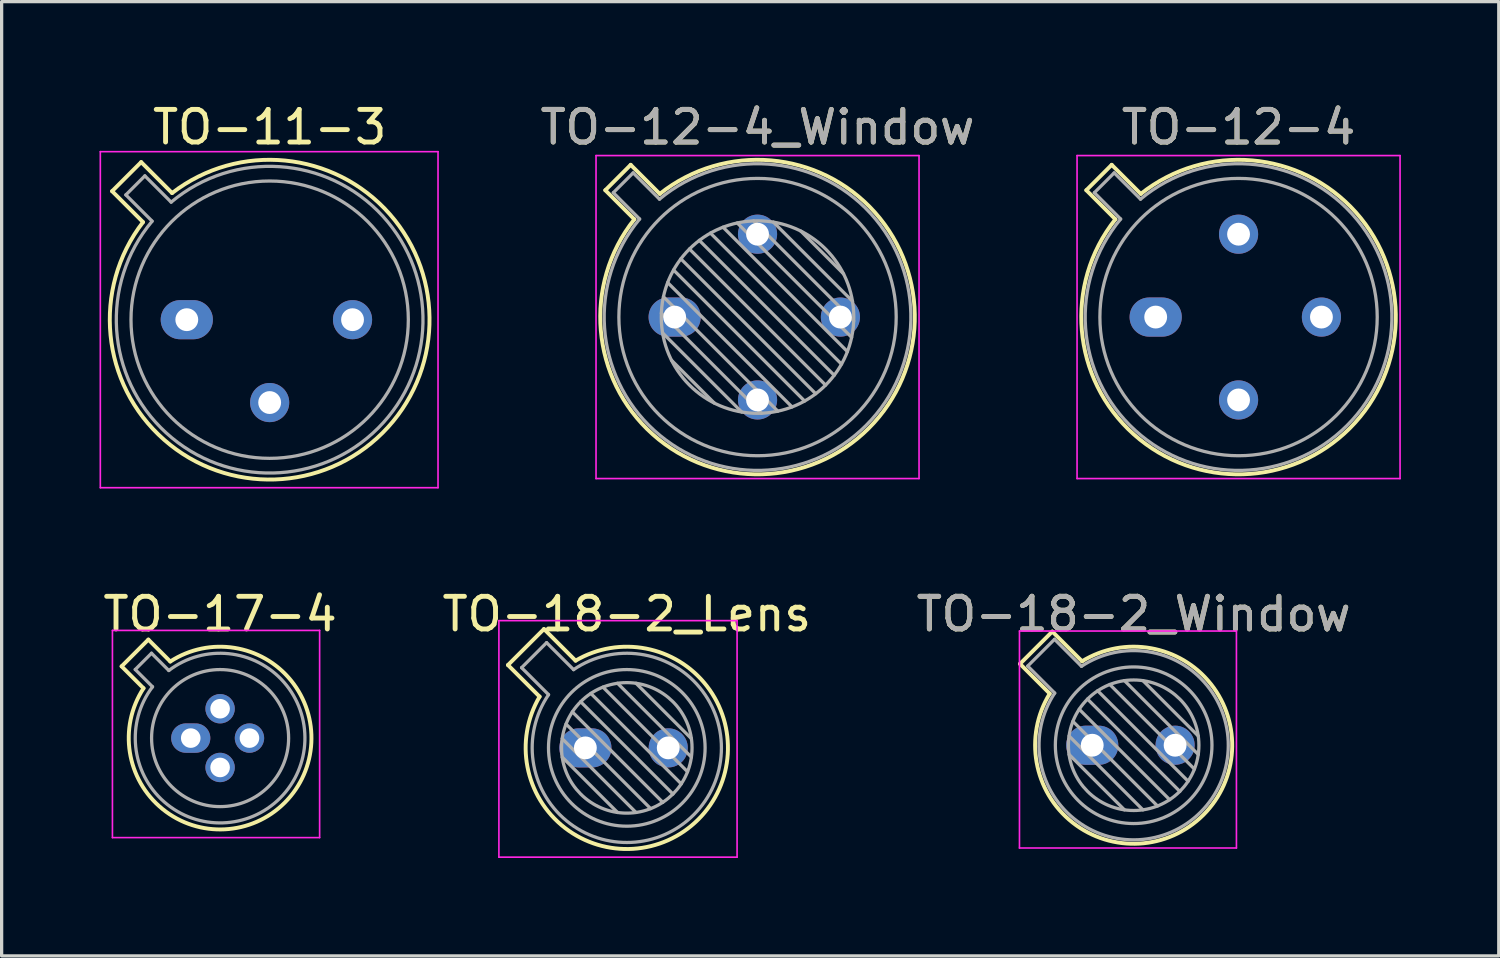
<source format=kicad_pcb>
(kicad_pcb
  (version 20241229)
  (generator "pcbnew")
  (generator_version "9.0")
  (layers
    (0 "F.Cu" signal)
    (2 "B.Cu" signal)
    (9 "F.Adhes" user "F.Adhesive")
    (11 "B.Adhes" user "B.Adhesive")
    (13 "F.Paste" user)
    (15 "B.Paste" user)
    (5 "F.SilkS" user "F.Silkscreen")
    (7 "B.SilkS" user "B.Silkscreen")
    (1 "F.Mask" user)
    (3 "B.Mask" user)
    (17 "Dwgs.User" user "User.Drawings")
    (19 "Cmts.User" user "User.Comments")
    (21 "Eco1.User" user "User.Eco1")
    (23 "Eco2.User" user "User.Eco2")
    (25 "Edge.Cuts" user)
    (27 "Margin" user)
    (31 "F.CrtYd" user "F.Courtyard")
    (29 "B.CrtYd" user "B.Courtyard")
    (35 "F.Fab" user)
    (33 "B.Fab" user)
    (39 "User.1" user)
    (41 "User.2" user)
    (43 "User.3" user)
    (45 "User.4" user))
  (footprint "TO-18-2_Window"
    (layer "F.Cu")
    (at 30.426 19.791)
    (property "Reference" "TO-18-2_Window" (at 1.27 -4.02 0) (layer "F.SilkS") (effects (font (size 1 1) (thickness 0.15))))
    (attr through_hole)
    (fp_line (start -2.214 -2.494) (end -1.302 -1.582) (stroke (width 0.12) (type solid)) (layer "F.SilkS"))
    (fp_line (start -1.224 -3.484) (end -2.214 -2.494) (stroke (width 0.12) (type solid)) (layer "F.SilkS"))
    (fp_line (start -0.312 -2.572) (end -1.224 -3.484) (stroke (width 0.12) (type solid)) (layer "F.SilkS"))
    (fp_arc (start -0.312331 -2.572281) (mid 3.405374 2.135551) (end -1.30215 -1.582544) (stroke (width 0.12) (type solid)) (layer "F.SilkS"))
    (fp_line (start -2.23 -3.5) (end -2.23 3.15) (stroke (width 0.05) (type solid)) (layer "F.CrtYd"))
    (fp_line (start -2.23 3.15) (end 4.42 3.15) (stroke (width 0.05) (type solid)) (layer "F.CrtYd"))
    (fp_line (start 4.42 -3.5) (end -2.23 -3.5) (stroke (width 0.05) (type solid)) (layer "F.CrtYd"))
    (fp_line (start 4.42 3.15) (end 4.42 -3.5) (stroke (width 0.05) (type solid)) (layer "F.CrtYd"))
    (fp_line (start -1.977 -2.426) (end -1.149 -1.599) (stroke (width 0.1) (type solid)) (layer "F.Fab"))
    (fp_line (start -1.156 -3.247) (end -1.977 -2.426) (stroke (width 0.1) (type solid)) (layer "F.Fab"))
    (fp_line (start -0.71 -0.283) (end 1.553 1.98) (stroke (width 0.1) (type solid)) (layer "F.Fab"))
    (fp_line (start -0.71 0.283) (end 0.987 1.98) (stroke (width 0.1) (type solid)) (layer "F.Fab"))
    (fp_line (start -0.592 -0.731) (end 2.001 1.862) (stroke (width 0.1) (type solid)) (layer "F.Fab"))
    (fp_line (start -0.399 -1.103) (end 2.373 1.669) (stroke (width 0.1) (type solid)) (layer "F.Fab"))
    (fp_line (start -0.329 -2.419) (end -1.156 -3.247) (stroke (width 0.1) (type solid)) (layer "F.Fab"))
    (fp_line (start -0.145 -1.415) (end 2.685 1.415) (stroke (width 0.1) (type solid)) (layer "F.Fab"))
    (fp_line (start 0.167 -1.669) (end 2.939 1.103) (stroke (width 0.1) (type solid)) (layer "F.Fab"))
    (fp_line (start 0.539 -1.862) (end 3.132 0.731) (stroke (width 0.1) (type solid)) (layer "F.Fab"))
    (fp_line (start 0.987 -1.98) (end 3.25 0.283) (stroke (width 0.1) (type solid)) (layer "F.Fab"))
    (fp_line (start 1.553 -1.98) (end 3.25 -0.283) (stroke (width 0.1) (type solid)) (layer "F.Fab"))
    (fp_arc (start -0.329057 -2.419301) (mid 3.321076 2.050143) (end -1.150029 -1.597956) (stroke (width 0.1) (type solid)) (layer "F.Fab"))
    (fp_circle (center 1.27 0) (end 3.27 0) (stroke (width 0.1) (type solid)) (fill no) (layer "F.Fab"))
    (fp_circle (center 1.27 0) (end 3.67 0) (stroke (width 0.1) (type solid)) (fill no) (layer "F.Fab"))
    (fp_text user "${REFERENCE}" (at 1.27 -4.02 0) (layer "F.Fab") (effects (font (size 1 1) (thickness 0.15))))
    (pad "1" thru_hole oval (at 0 0) (size 1.6 1.2) (drill 0.7) (layers "*.Cu" "*.Mask"))
    (pad "2" thru_hole oval (at 2.54 0) (size 1.2 1.2) (drill 0.7) (layers "*.Cu" "*.Mask")))
  (footprint "TO-11-3"
    (layer "F.Cu")
    (at 2.675 6.748)
    (property "Reference" "TO-11-3" (at 2.54 -5.9 0) (layer "F.SilkS") (effects (font (size 1 1) (thickness 0.15))))
    (attr through_hole)
    (fp_line (start -2.289 -3.938) (end -1.342 -2.991) (stroke (width 0.12) (type solid)) (layer "F.SilkS"))
    (fp_line (start -1.398 -4.829) (end -2.289 -3.938) (stroke (width 0.12) (type solid)) (layer "F.SilkS"))
    (fp_line (start -0.451 -3.882) (end -1.398 -4.829) (stroke (width 0.12) (type solid)) (layer "F.SilkS"))
    (fp_arc (start -0.450589 -3.881543) (mid 6.005607 3.46404) (end -1.342895 -2.988833) (stroke (width 0.12) (type solid)) (layer "F.SilkS"))
    (fp_line (start -2.65 -5.15) (end -2.65 5.15) (stroke (width 0.05) (type solid)) (layer "F.CrtYd"))
    (fp_line (start -2.65 5.15) (end 7.7 5.15) (stroke (width 0.05) (type solid)) (layer "F.CrtYd"))
    (fp_line (start 7.7 -5.15) (end -2.65 -5.15) (stroke (width 0.05) (type solid)) (layer "F.CrtYd"))
    (fp_line (start 7.7 5.15) (end 7.7 -5.15) (stroke (width 0.05) (type solid)) (layer "F.CrtYd"))
    (fp_line (start -1.868 -3.825) (end -1.062 -3.019) (stroke (width 0.1) (type solid)) (layer "F.Fab"))
    (fp_line (start -1.285 -4.408) (end -1.868 -3.825) (stroke (width 0.1) (type solid)) (layer "F.Fab"))
    (fp_line (start -0.479 -3.602) (end -1.285 -4.408) (stroke (width 0.1) (type solid)) (layer "F.Fab"))
    (fp_arc (start -0.478935 -3.602226) (mid 5.864303 3.322501) (end -1.063862 -3.016982) (stroke (width 0.1) (type solid)) (layer "F.Fab"))
    (fp_circle (center 2.54 0) (end 6.79 0) (stroke (width 0.1) (type solid)) (fill no) (layer "F.Fab"))
    (pad "1" thru_hole oval (at 0 0) (size 1.6 1.2) (drill 0.7) (layers "*.Cu" "*.Mask"))
    (pad "2" thru_hole oval (at 2.54 2.54) (size 1.2 1.2) (drill 0.7) (layers "*.Cu" "*.Mask"))
    (pad "3" thru_hole oval (at 5.08 0) (size 1.2 1.2) (drill 0.7) (layers "*.Cu" "*.Mask")))
  (footprint "TO-18-2_Lens"
    (layer "F.Cu")
    (at 14.891 19.872)
    (property "Reference" "TO-18-2_Lens" (at 1.27 -4.1 0) (layer "F.SilkS") (effects (font (size 1 1) (thickness 0.15))))
    (attr through_hole)
    (fp_line (start -2.372 -2.539) (end -1.403 -1.57) (stroke (width 0.12) (type solid)) (layer "F.SilkS"))
    (fp_line (start -1.269 -3.642) (end -2.372 -2.539) (stroke (width 0.12) (type solid)) (layer "F.SilkS"))
    (fp_line (start -0.3 -2.673) (end -1.269 -3.642) (stroke (width 0.12) (type solid)) (layer "F.SilkS"))
    (fp_arc (start -0.299966 -2.673052) (mid 3.461152 2.19291) (end -1.401792 -1.572109) (stroke (width 0.12) (type solid)) (layer "F.SilkS"))
    (fp_line (start -2.65 -3.9) (end -2.65 3.35) (stroke (width 0.05) (type solid)) (layer "F.CrtYd"))
    (fp_line (start -2.65 3.35) (end 4.65 3.35) (stroke (width 0.05) (type solid)) (layer "F.CrtYd"))
    (fp_line (start 4.65 -3.9) (end -2.65 -3.9) (stroke (width 0.05) (type solid)) (layer "F.CrtYd"))
    (fp_line (start 4.65 3.35) (end 4.65 -3.9) (stroke (width 0.05) (type solid)) (layer "F.CrtYd"))
    (fp_line (start -1.955 -2.458) (end -1.128 -1.631) (stroke (width 0.1) (type solid)) (layer "F.Fab"))
    (fp_line (start -1.188 -3.225) (end -1.955 -2.458) (stroke (width 0.1) (type solid)) (layer "F.Fab"))
    (fp_line (start -0.71 -0.283) (end 1.553 1.98) (stroke (width 0.1) (type solid)) (layer "F.Fab"))
    (fp_line (start -0.71 0.283) (end 0.987 1.98) (stroke (width 0.1) (type solid)) (layer "F.Fab"))
    (fp_line (start -0.592 -0.731) (end 2.001 1.862) (stroke (width 0.1) (type solid)) (layer "F.Fab"))
    (fp_line (start -0.399 -1.103) (end 2.373 1.669) (stroke (width 0.1) (type solid)) (layer "F.Fab"))
    (fp_line (start -0.361 -2.398) (end -1.188 -3.225) (stroke (width 0.1) (type solid)) (layer "F.Fab"))
    (fp_line (start -0.145 -1.415) (end 2.685 1.415) (stroke (width 0.1) (type solid)) (layer "F.Fab"))
    (fp_line (start 0.167 -1.669) (end 2.939 1.103) (stroke (width 0.1) (type solid)) (layer "F.Fab"))
    (fp_line (start 0.539 -1.862) (end 3.132 0.731) (stroke (width 0.1) (type solid)) (layer "F.Fab"))
    (fp_line (start 0.987 -1.98) (end 3.25 0.283) (stroke (width 0.1) (type solid)) (layer "F.Fab"))
    (fp_line (start 1.553 -1.98) (end 3.25 -0.283) (stroke (width 0.1) (type solid)) (layer "F.Fab"))
    (fp_arc (start -0.360736 -2.398061) (mid 3.321203 2.050015) (end -1.129005 -1.629347) (stroke (width 0.1) (type solid)) (layer "F.Fab"))
    (fp_circle (center 1.27 0) (end 3.27 0) (stroke (width 0.1) (type solid)) (fill no) (layer "F.Fab"))
    (fp_circle (center 1.27 0) (end 3.67 0) (stroke (width 0.1) (type solid)) (fill no) (layer "F.Fab"))
    (pad "1" thru_hole oval (at 0 0) (size 1.6 1.2) (drill 0.7) (layers "*.Cu" "*.Mask"))
    (pad "2" thru_hole oval (at 2.54 0) (size 1.2 1.2) (drill 0.7) (layers "*.Cu" "*.Mask")))
  (footprint "TO-12-4"
    (layer "F.Cu")
    (at 32.371 6.668)
    (property "Reference" "TO-12-4" (at 2.54 -5.82 0) (layer "F.SilkS") (effects (font (size 1 1) (thickness 0.15))))
    (attr through_hole)
    (fp_line (start -2.126 -3.888) (end -1.235 -2.997) (stroke (width 0.12) (type solid)) (layer "F.SilkS"))
    (fp_line (start -1.348 -4.666) (end -2.126 -3.888) (stroke (width 0.12) (type solid)) (layer "F.SilkS"))
    (fp_line (start -0.457 -3.775) (end -1.348 -4.666) (stroke (width 0.12) (type solid)) (layer "F.SilkS"))
    (fp_arc (start -0.457084 -3.774902) (mid 5.948125 3.408384) (end -1.234674 -2.997371) (stroke (width 0.12) (type solid)) (layer "F.SilkS"))
    (fp_line (start -2.41 -4.95) (end -2.41 4.95) (stroke (width 0.05) (type solid)) (layer "F.CrtYd"))
    (fp_line (start -2.41 4.95) (end 7.49 4.95) (stroke (width 0.05) (type solid)) (layer "F.CrtYd"))
    (fp_line (start 7.49 -4.95) (end -2.41 -4.95) (stroke (width 0.05) (type solid)) (layer "F.CrtYd"))
    (fp_line (start 7.49 4.95) (end 7.49 -4.95) (stroke (width 0.05) (type solid)) (layer "F.CrtYd"))
    (fp_line (start -1.88 -3.812) (end -1.074 -3.005) (stroke (width 0.1) (type solid)) (layer "F.Fab"))
    (fp_line (start -1.272 -4.42) (end -1.88 -3.812) (stroke (width 0.1) (type solid)) (layer "F.Fab"))
    (fp_line (start -0.465 -3.614) (end -1.272 -4.42) (stroke (width 0.1) (type solid)) (layer "F.Fab"))
    (fp_arc (start -0.465408 -3.61352) (mid 5.863443 3.323361) (end -1.073594 -3.005319) (stroke (width 0.1) (type solid)) (layer "F.Fab"))
    (fp_circle (center 2.54 0) (end 6.79 0) (stroke (width 0.1) (type solid)) (fill no) (layer "F.Fab"))
    (fp_text user "${REFERENCE}" (at 2.54 -5.82 0) (layer "F.Fab") (effects (font (size 1 1) (thickness 0.15))))
    (pad "1" thru_hole oval (at 0 0) (size 1.6 1.2) (drill 0.7) (layers "*.Cu" "*.Mask"))
    (pad "2" thru_hole oval (at 2.54 2.54) (size 1.2 1.2) (drill 0.7) (layers "*.Cu" "*.Mask"))
    (pad "3" thru_hole oval (at 5.08 0) (size 1.2 1.2) (drill 0.7) (layers "*.Cu" "*.Mask"))
    (pad "4" thru_hole oval (at 2.54 -2.54) (size 1.2 1.2) (drill 0.7) (layers "*.Cu" "*.Mask")))
  (footprint "TO-12-4_Window"
    (layer "F.Cu")
    (at 17.628 6.668)
    (property "Reference" "TO-12-4_Window" (at 2.54 -5.82 0) (layer "F.SilkS") (effects (font (size 1 1) (thickness 0.15))))
    (attr through_hole)
    (fp_line (start -2.126 -3.888) (end -1.235 -2.997) (stroke (width 0.12) (type solid)) (layer "F.SilkS"))
    (fp_line (start -1.348 -4.666) (end -2.126 -3.888) (stroke (width 0.12) (type solid)) (layer "F.SilkS"))
    (fp_line (start -0.457 -3.775) (end -1.348 -4.666) (stroke (width 0.12) (type solid)) (layer "F.SilkS"))
    (fp_arc (start -0.457084 -3.774902) (mid 5.948125 3.408384) (end -1.234674 -2.997371) (stroke (width 0.12) (type solid)) (layer "F.SilkS"))
    (fp_line (start -2.41 -4.95) (end -2.41 4.95) (stroke (width 0.05) (type solid)) (layer "F.CrtYd"))
    (fp_line (start -2.41 4.95) (end 7.49 4.95) (stroke (width 0.05) (type solid)) (layer "F.CrtYd"))
    (fp_line (start 7.49 -4.95) (end -2.41 -4.95) (stroke (width 0.05) (type solid)) (layer "F.CrtYd"))
    (fp_line (start 7.49 4.95) (end 7.49 -4.95) (stroke (width 0.05) (type solid)) (layer "F.CrtYd"))
    (fp_line (start -1.88 -3.812) (end -1.074 -3.005) (stroke (width 0.1) (type solid)) (layer "F.Fab"))
    (fp_line (start -1.272 -4.42) (end -1.88 -3.812) (stroke (width 0.1) (type solid)) (layer "F.Fab"))
    (fp_line (start -0.465 -3.614) (end -1.272 -4.42) (stroke (width 0.1) (type solid)) (layer "F.Fab"))
    (fp_line (start -0.408 -0.12) (end 2.66 2.948) (stroke (width 0.1) (type solid)) (layer "F.Fab"))
    (fp_line (start -0.371 0.485) (end 2.055 2.911) (stroke (width 0.1) (type solid)) (layer "F.Fab"))
    (fp_line (start -0.344 -0.622) (end 3.162 2.884) (stroke (width 0.1) (type solid)) (layer "F.Fab"))
    (fp_line (start -0.215 -1.058) (end 3.598 2.755) (stroke (width 0.1) (type solid)) (layer "F.Fab"))
    (fp_line (start -0.097 1.324) (end 1.216 2.637) (stroke (width 0.1) (type solid)) (layer "F.Fab"))
    (fp_line (start -0.034 -1.443) (end 3.983 2.574) (stroke (width 0.1) (type solid)) (layer "F.Fab"))
    (fp_line (start 0.19 -1.784) (end 4.324 2.35) (stroke (width 0.1) (type solid)) (layer "F.Fab"))
    (fp_line (start 0.454 -2.086) (end 4.626 2.086) (stroke (width 0.1) (type solid)) (layer "F.Fab"))
    (fp_line (start 0.756 -2.35) (end 4.89 1.784) (stroke (width 0.1) (type solid)) (layer "F.Fab"))
    (fp_line (start 1.097 -2.574) (end 5.114 1.443) (stroke (width 0.1) (type solid)) (layer "F.Fab"))
    (fp_line (start 1.482 -2.755) (end 5.295 1.058) (stroke (width 0.1) (type solid)) (layer "F.Fab"))
    (fp_line (start 1.918 -2.884) (end 5.424 0.622) (stroke (width 0.1) (type solid)) (layer "F.Fab"))
    (fp_line (start 2.42 -2.948) (end 5.488 0.12) (stroke (width 0.1) (type solid)) (layer "F.Fab"))
    (fp_line (start 3.025 -2.911) (end 5.451 -0.485) (stroke (width 0.1) (type solid)) (layer "F.Fab"))
    (fp_line (start 3.864 -2.637) (end 5.177 -1.324) (stroke (width 0.1) (type solid)) (layer "F.Fab"))
    (fp_arc (start -0.465408 -3.61352) (mid 5.863443 3.323361) (end -1.073594 -3.005319) (stroke (width 0.1) (type solid)) (layer "F.Fab"))
    (fp_circle (center 2.54 0) (end 5.49 0) (stroke (width 0.1) (type solid)) (fill no) (layer "F.Fab"))
    (fp_circle (center 2.54 0) (end 6.79 0) (stroke (width 0.1) (type solid)) (fill no) (layer "F.Fab"))
    (fp_text user "${REFERENCE}" (at 2.54 -5.82 0) (layer "F.Fab") (effects (font (size 1 1) (thickness 0.15))))
    (pad "1" thru_hole oval (at 0 0) (size 1.6 1.2) (drill 0.7) (layers "*.Cu" "*.Mask"))
    (pad "2" thru_hole oval (at 2.54 2.54) (size 1.2 1.2) (drill 0.7) (layers "*.Cu" "*.Mask"))
    (pad "3" thru_hole oval (at 5.08 0) (size 1.2 1.2) (drill 0.7) (layers "*.Cu" "*.Mask"))
    (pad "4" thru_hole oval (at 2.54 -2.54) (size 1.2 1.2) (drill 0.7) (layers "*.Cu" "*.Mask")))
  (footprint "TO-17-4"
    (layer "F.Cu")
    (at 2.796 19.572)
    (property "Reference" "TO-17-4" (at 0.9 -3.8 0) (layer "F.SilkS") (effects (font (size 1 1) (thickness 0.15))))
    (attr through_hole)
    (fp_line (start -2.119 -2.199) (end -1.447 -1.527) (stroke (width 0.12) (type solid)) (layer "F.SilkS"))
    (fp_line (start -1.299 -3.019) (end -2.119 -2.199) (stroke (width 0.12) (type solid)) (layer "F.SilkS"))
    (fp_line (start -0.627 -2.347) (end -1.299 -3.019) (stroke (width 0.12) (type solid)) (layer "F.SilkS"))
    (fp_arc (start -0.626834 -2.347078) (mid 2.879727 1.98007) (end -1.446813 -1.527241) (stroke (width 0.12) (type solid)) (layer "F.SilkS"))
    (fp_line (start -2.4 -3.3) (end -2.4 3.05) (stroke (width 0.05) (type solid)) (layer "F.CrtYd"))
    (fp_line (start -2.4 3.05) (end 3.95 3.05) (stroke (width 0.05) (type solid)) (layer "F.CrtYd"))
    (fp_line (start 3.95 -3.3) (end -2.4 -3.3) (stroke (width 0.05) (type solid)) (layer "F.CrtYd"))
    (fp_line (start 3.95 3.05) (end 3.95 -3.3) (stroke (width 0.05) (type solid)) (layer "F.CrtYd"))
    (fp_line (start -1.701 -2.102) (end -1.171 -1.572) (stroke (width 0.1) (type solid)) (layer "F.Fab"))
    (fp_line (start -1.202 -2.601) (end -1.701 -2.102) (stroke (width 0.1) (type solid)) (layer "F.Fab"))
    (fp_line (start -0.672 -2.071) (end -1.202 -2.601) (stroke (width 0.1) (type solid)) (layer "F.Fab"))
    (fp_arc (start -0.67196 -2.070976) (mid 2.73848 1.838475) (end -1.17098 -1.571955) (stroke (width 0.1) (type solid)) (layer "F.Fab"))
    (fp_circle (center 0.9 0) (end 3 0) (stroke (width 0.1) (type solid)) (fill no) (layer "F.Fab"))
    (pad "1" thru_hole oval (at 0 0) (size 1.2 0.9) (drill 0.6) (layers "*.Cu" "*.Mask"))
    (pad "2" thru_hole oval (at 0.9 0.9) (size 0.9 0.9) (drill 0.6) (layers "*.Cu" "*.Mask"))
    (pad "3" thru_hole oval (at 1.8 0) (size 0.9 0.9) (drill 0.6) (layers "*.Cu" "*.Mask"))
    (pad "4" thru_hole oval (at 0.9 -0.9) (size 0.9 0.9) (drill 0.6) (layers "*.Cu" "*.Mask")))
  (gr_rect
    (start -3 -3)
    (end 42.886 26.247)
    (stroke (width 0.1) (type default))
    (fill no)
    (layer "Edge.Cuts")))
</source>
